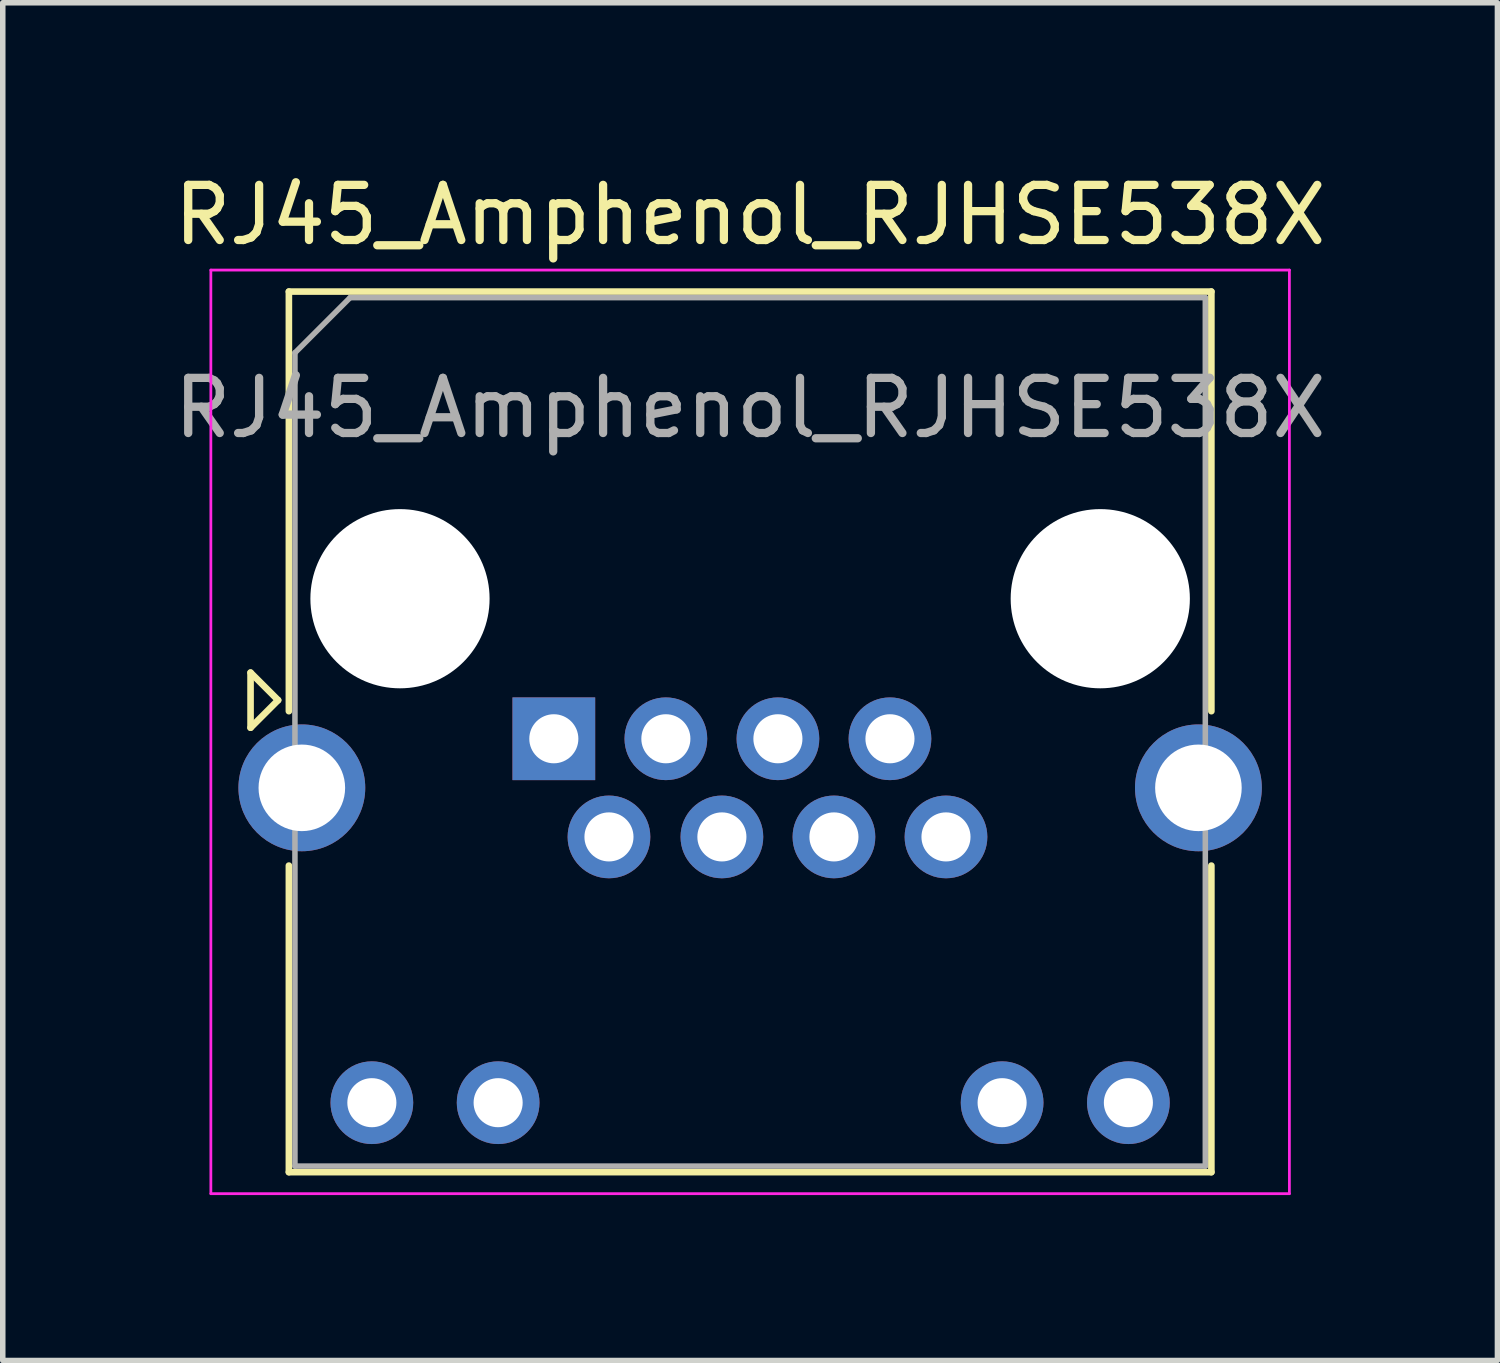
<source format=kicad_pcb>
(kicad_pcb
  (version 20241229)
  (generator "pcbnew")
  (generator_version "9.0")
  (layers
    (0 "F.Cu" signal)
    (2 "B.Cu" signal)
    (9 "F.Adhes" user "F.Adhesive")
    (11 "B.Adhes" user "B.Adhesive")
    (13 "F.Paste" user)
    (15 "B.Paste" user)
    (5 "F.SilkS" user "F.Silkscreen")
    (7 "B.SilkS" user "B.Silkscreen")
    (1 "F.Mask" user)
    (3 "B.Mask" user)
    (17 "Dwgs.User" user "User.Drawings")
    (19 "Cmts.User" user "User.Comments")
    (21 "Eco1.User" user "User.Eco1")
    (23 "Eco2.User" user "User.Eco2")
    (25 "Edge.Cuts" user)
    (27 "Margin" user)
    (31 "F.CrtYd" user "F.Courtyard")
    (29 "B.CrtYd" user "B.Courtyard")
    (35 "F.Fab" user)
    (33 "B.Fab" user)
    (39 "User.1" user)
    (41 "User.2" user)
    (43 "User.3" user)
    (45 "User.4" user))
  (footprint "RJ45_Amphenol_RJHSE538X"
    (layer "F.Cu")
    (at 6.994 10.348)
    (property "Reference" "RJ45_Amphenol_RJHSE538X" (at 3.56 -9.5 0) (layer "F.SilkS") (effects (font (size 1 1) (thickness 0.15))))
    (attr through_hole)
    (fp_line (start -5.5 -1.2) (end -5 -0.7) (stroke (width 0.12) (type solid)) (layer "F.SilkS"))
    (fp_line (start -5.5 -0.2) (end -5.5 -1.2) (stroke (width 0.12) (type solid)) (layer "F.SilkS"))
    (fp_line (start -5 -0.7) (end -5.5 -0.2) (stroke (width 0.12) (type solid)) (layer "F.SilkS"))
    (fp_line (start -4.805 -8.11) (end -4.805 -0.5) (stroke (width 0.12) (type solid)) (layer "F.SilkS"))
    (fp_line (start -4.805 -8.11) (end 11.925 -8.11) (stroke (width 0.12) (type solid)) (layer "F.SilkS"))
    (fp_line (start -4.805 7.86) (end -4.805 2.3) (stroke (width 0.12) (type solid)) (layer "F.SilkS"))
    (fp_line (start -4.805 7.86) (end 11.925 7.86) (stroke (width 0.12) (type solid)) (layer "F.SilkS"))
    (fp_line (start 11.925 -8.11) (end 11.925 -0.5) (stroke (width 0.12) (type solid)) (layer "F.SilkS"))
    (fp_line (start 11.925 7.86) (end 11.925 2.3) (stroke (width 0.12) (type solid)) (layer "F.SilkS"))
    (fp_line (start -6.22 -8.5) (end -6.22 8.25) (stroke (width 0.05) (type solid)) (layer "F.CrtYd"))
    (fp_line (start -6.22 -8.5) (end 13.34 -8.5) (stroke (width 0.05) (type solid)) (layer "F.CrtYd"))
    (fp_line (start -6.22 8.25) (end 13.34 8.25) (stroke (width 0.05) (type solid)) (layer "F.CrtYd"))
    (fp_line (start 13.34 -8.5) (end 13.34 8.25) (stroke (width 0.05) (type solid)) (layer "F.CrtYd"))
    (fp_line (start -4.695 -7) (end -4.695 7.75) (stroke (width 0.1) (type solid)) (layer "F.Fab"))
    (fp_line (start -4.695 -7) (end -3.695 -8) (stroke (width 0.1) (type solid)) (layer "F.Fab"))
    (fp_line (start -4.695 7.75) (end 11.815 7.75) (stroke (width 0.1) (type solid)) (layer "F.Fab"))
    (fp_line (start -3.695 -8) (end 11.815 -8) (stroke (width 0.1) (type solid)) (layer "F.Fab"))
    (fp_line (start 11.815 -8) (end 11.815 7.75) (stroke (width 0.1) (type solid)) (layer "F.Fab"))
    (fp_text user "${REFERENCE}" (at 3.56 -6 0) (layer "F.Fab") (effects (font (size 1 1) (thickness 0.15))))
    (pad "" np_thru_hole circle (at -2.79 -2.54) (size 3.25 3.25) (drill 3.25) (layers "*.Cu" "*.Mask"))
    (pad "" np_thru_hole circle (at 9.91 -2.54) (size 3.25 3.25) (drill 3.25) (layers "*.Cu" "*.Mask"))
    (pad "1" thru_hole rect (at 0 0) (size 1.5 1.5) (drill 0.89) (layers "*.Cu" "*.Mask"))
    (pad "2" thru_hole circle (at 1 1.78) (size 1.5 1.5) (drill 0.89) (layers "*.Cu" "*.Mask"))
    (pad "3" thru_hole circle (at 2.032 0) (size 1.5 1.5) (drill 0.89) (layers "*.Cu" "*.Mask"))
    (pad "4" thru_hole circle (at 3.048 1.78) (size 1.5 1.5) (drill 0.89) (layers "*.Cu" "*.Mask"))
    (pad "5" thru_hole circle (at 4.064 0) (size 1.5 1.5) (drill 0.89) (layers "*.Cu" "*.Mask"))
    (pad "6" thru_hole circle (at 5.08 1.78) (size 1.5 1.5) (drill 0.89) (layers "*.Cu" "*.Mask"))
    (pad "7" thru_hole circle (at 6.096 0) (size 1.5 1.5) (drill 0.89) (layers "*.Cu" "*.Mask"))
    (pad "8" thru_hole circle (at 7.112 1.78) (size 1.5 1.5) (drill 0.89) (layers "*.Cu" "*.Mask"))
    (pad "9" thru_hole circle (at -3.3 6.6) (size 1.5 1.5) (drill 0.89) (layers "*.Cu" "*.Mask"))
    (pad "10" thru_hole circle (at -1.01 6.6) (size 1.5 1.5) (drill 0.89) (layers "*.Cu" "*.Mask"))
    (pad "11" thru_hole circle (at 8.13 6.6) (size 1.5 1.5) (drill 0.89) (layers "*.Cu" "*.Mask"))
    (pad "12" thru_hole circle (at 10.42 6.6) (size 1.5 1.5) (drill 0.89) (layers "*.Cu" "*.Mask"))
    (pad "SH" thru_hole circle (at -4.57 0.89) (size 2.3 2.3) (drill 1.57) (layers "*.Cu" "*.Mask"))
    (pad "SH" thru_hole circle (at 11.69 0.89) (size 2.3 2.3) (drill 1.57) (layers "*.Cu" "*.Mask")))
  (gr_rect
    (start -3 -3)
    (end 24.107 21.623)
    (stroke (width 0.1) (type default))
    (fill no)
    (layer "Edge.Cuts")))
</source>
